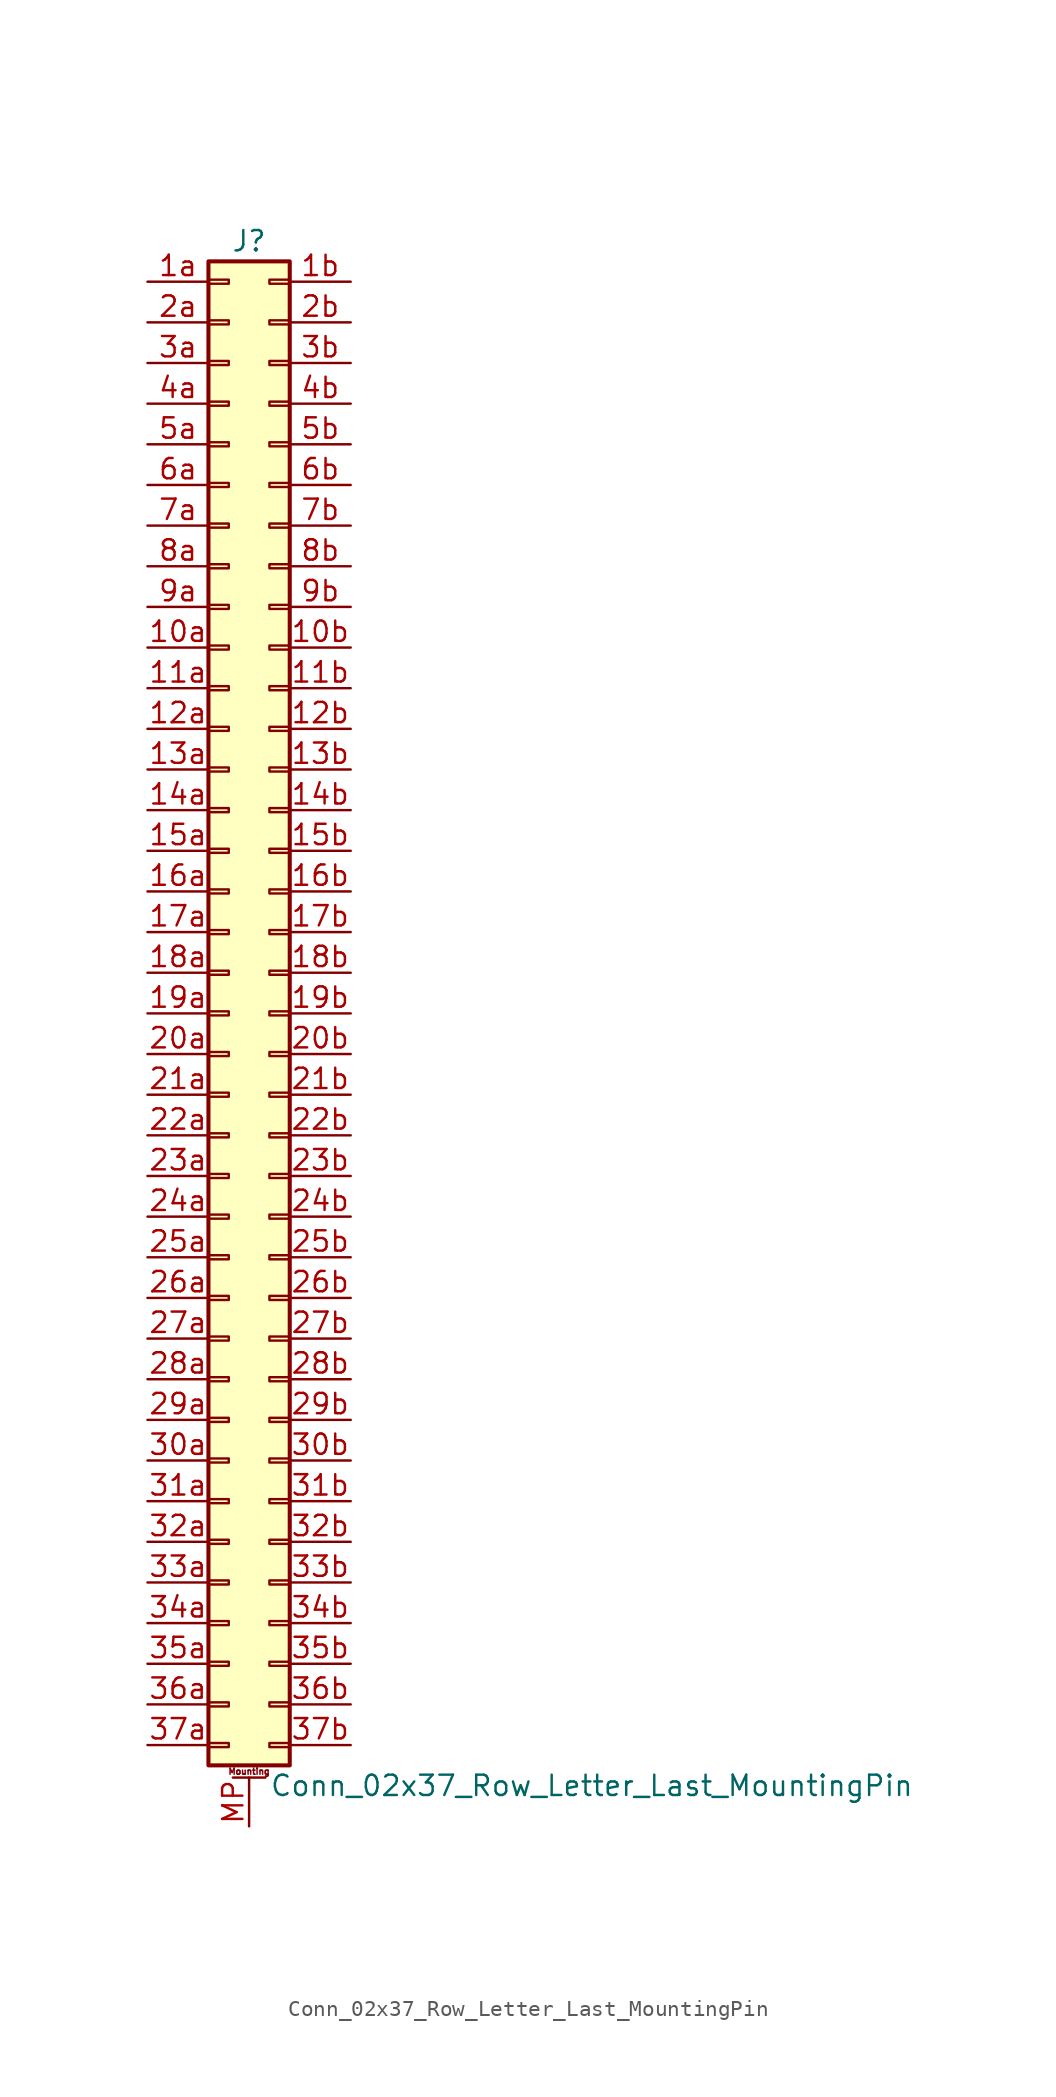
<source format=kicad_sym>
(kicad_symbol_lib
  (version 20201005)
  (generator kicad_symbol_editor)
  (symbol "Connector_Generic_MountingPin:Conn_02x37_Row_Letter_Last_MountingPin"
    (pin_names
      (offset 1.016) hide)
    (property "Reference" "J"
      (at 1.27 48.26 0)
      (effects (font (size 1.27 1.27))))
    (property "Value" "Conn_02x37_Row_Letter_Last_MountingPin"
      (at 2.54 -48.26 0)
      (effects (font (size 1.27 1.27)) (justify left)))
    (symbol "Conn_02x37_Row_Letter_Last_MountingPin_1_1"
      (text "Mounting" (at 1.27 -47.371 0) (effects (font (size 0.381 0.381))))
      (rectangle (start -1.27 -27.813) (end 0 -28.067) (stroke (width 0.152)) (fill (type none)))
      (rectangle (start -1.27 -30.353) (end 0 -30.607) (stroke (width 0.152)) (fill (type none)))
      (rectangle (start -1.27 -32.893) (end 0 -33.147) (stroke (width 0.152)) (fill (type none)))
      (rectangle (start -1.27 -35.433) (end 0 -35.687) (stroke (width 0.152)) (fill (type none)))
      (rectangle (start -1.27 -37.973) (end 0 -38.227) (stroke (width 0.152)) (fill (type none)))
      (rectangle (start -1.27 -40.513) (end 0 -40.767) (stroke (width 0.152)) (fill (type none)))
      (rectangle (start -1.27 -43.053) (end 0 -43.307) (stroke (width 0.152)) (fill (type none)))
      (rectangle (start -1.27 -45.593) (end 0 -45.847) (stroke (width 0.152)) (fill (type none)))
      (rectangle (start -1.27 -4.953) (end 0 -5.207) (stroke (width 0.152)) (fill (type none)))
      (rectangle (start -1.27 -7.493) (end 0 -7.747) (stroke (width 0.152)) (fill (type none)))
      (rectangle (start -1.27 -10.033) (end 0 -10.287) (stroke (width 0.152)) (fill (type none)))
      (rectangle (start -1.27 -12.573) (end 0 -12.827) (stroke (width 0.152)) (fill (type none)))
      (rectangle (start -1.27 -15.113) (end 0 -15.367) (stroke (width 0.152)) (fill (type none)))
      (rectangle (start -1.27 -17.653) (end 0 -17.907) (stroke (width 0.152)) (fill (type none)))
      (rectangle (start -1.27 -20.193) (end 0 -20.447) (stroke (width 0.152)) (fill (type none)))
      (rectangle (start -1.27 -22.733) (end 0 -22.987) (stroke (width 0.152)) (fill (type none)))
      (rectangle (start -1.27 -2.413) (end 0 -2.667) (stroke (width 0.152)) (fill (type none)))
      (rectangle (start -1.27 -25.273) (end 0 -25.527) (stroke (width 0.152)) (fill (type none)))
      (rectangle (start -1.27 25.527) (end 0 25.273) (stroke (width 0.152)) (fill (type none)))
      (rectangle (start -1.27 2.667) (end 0 2.413) (stroke (width 0.152)) (fill (type none)))
      (rectangle (start -1.27 28.067) (end 0 27.813) (stroke (width 0.152)) (fill (type none)))
      (rectangle (start -1.27 30.607) (end 0 30.353) (stroke (width 0.152)) (fill (type none)))
      (rectangle (start -1.27 33.147) (end 0 32.893) (stroke (width 0.152)) (fill (type none)))
      (rectangle (start -1.27 35.687) (end 0 35.433) (stroke (width 0.152)) (fill (type none)))
      (rectangle (start -1.27 38.227) (end 0 37.973) (stroke (width 0.152)) (fill (type none)))
      (rectangle (start -1.27 40.767) (end 0 40.513) (stroke (width 0.152)) (fill (type none)))
      (rectangle (start -1.27 43.307) (end 0 43.053) (stroke (width 0.152)) (fill (type none)))
      (rectangle (start -1.27 45.847) (end 0 45.593) (stroke (width 0.152)) (fill (type none)))
      (rectangle (start -1.27 46.99) (end 3.81 -46.99) (stroke (width 0.254)) (fill (type background)))
      (rectangle (start -1.27 5.207) (end 0 4.953) (stroke (width 0.152)) (fill (type none)))
      (rectangle (start -1.27 7.747) (end 0 7.493) (stroke (width 0.152)) (fill (type none)))
      (rectangle (start -1.27 10.287) (end 0 10.033) (stroke (width 0.152)) (fill (type none)))
      (rectangle (start -1.27 0.127) (end 0 -0.127) (stroke (width 0.152)) (fill (type none)))
      (rectangle (start -1.27 12.827) (end 0 12.573) (stroke (width 0.152)) (fill (type none)))
      (rectangle (start -1.27 15.367) (end 0 15.113) (stroke (width 0.152)) (fill (type none)))
      (rectangle (start -1.27 17.907) (end 0 17.653) (stroke (width 0.152)) (fill (type none)))
      (rectangle (start -1.27 20.447) (end 0 20.193) (stroke (width 0.152)) (fill (type none)))
      (rectangle (start -1.27 22.987) (end 0 22.733) (stroke (width 0.152)) (fill (type none)))
      (rectangle (start 3.81 -27.813) (end 2.54 -28.067) (stroke (width 0.152)) (fill (type none)))
      (rectangle (start 3.81 -30.353) (end 2.54 -30.607) (stroke (width 0.152)) (fill (type none)))
      (rectangle (start 3.81 -32.893) (end 2.54 -33.147) (stroke (width 0.152)) (fill (type none)))
      (rectangle (start 3.81 -35.433) (end 2.54 -35.687) (stroke (width 0.152)) (fill (type none)))
      (rectangle (start 3.81 -37.973) (end 2.54 -38.227) (stroke (width 0.152)) (fill (type none)))
      (rectangle (start 3.81 -40.513) (end 2.54 -40.767) (stroke (width 0.152)) (fill (type none)))
      (rectangle (start 3.81 -43.053) (end 2.54 -43.307) (stroke (width 0.152)) (fill (type none)))
      (rectangle (start 3.81 -45.593) (end 2.54 -45.847) (stroke (width 0.152)) (fill (type none)))
      (rectangle (start 3.81 -4.953) (end 2.54 -5.207) (stroke (width 0.152)) (fill (type none)))
      (rectangle (start 3.81 -7.493) (end 2.54 -7.747) (stroke (width 0.152)) (fill (type none)))
      (rectangle (start 3.81 -10.033) (end 2.54 -10.287) (stroke (width 0.152)) (fill (type none)))
      (rectangle (start 3.81 -12.573) (end 2.54 -12.827) (stroke (width 0.152)) (fill (type none)))
      (rectangle (start 3.81 -15.113) (end 2.54 -15.367) (stroke (width 0.152)) (fill (type none)))
      (rectangle (start 3.81 -17.653) (end 2.54 -17.907) (stroke (width 0.152)) (fill (type none)))
      (rectangle (start 3.81 -20.193) (end 2.54 -20.447) (stroke (width 0.152)) (fill (type none)))
      (rectangle (start 3.81 -22.733) (end 2.54 -22.987) (stroke (width 0.152)) (fill (type none)))
      (rectangle (start 3.81 -2.413) (end 2.54 -2.667) (stroke (width 0.152)) (fill (type none)))
      (rectangle (start 3.81 -25.273) (end 2.54 -25.527) (stroke (width 0.152)) (fill (type none)))
      (rectangle (start 3.81 25.527) (end 2.54 25.273) (stroke (width 0.152)) (fill (type none)))
      (rectangle (start 3.81 2.667) (end 2.54 2.413) (stroke (width 0.152)) (fill (type none)))
      (rectangle (start 3.81 28.067) (end 2.54 27.813) (stroke (width 0.152)) (fill (type none)))
      (rectangle (start 3.81 30.607) (end 2.54 30.353) (stroke (width 0.152)) (fill (type none)))
      (rectangle (start 3.81 33.147) (end 2.54 32.893) (stroke (width 0.152)) (fill (type none)))
      (rectangle (start 3.81 35.687) (end 2.54 35.433) (stroke (width 0.152)) (fill (type none)))
      (rectangle (start 3.81 38.227) (end 2.54 37.973) (stroke (width 0.152)) (fill (type none)))
      (rectangle (start 3.81 40.767) (end 2.54 40.513) (stroke (width 0.152)) (fill (type none)))
      (rectangle (start 3.81 43.307) (end 2.54 43.053) (stroke (width 0.152)) (fill (type none)))
      (rectangle (start 3.81 45.847) (end 2.54 45.593) (stroke (width 0.152)) (fill (type none)))
      (rectangle (start 3.81 5.207) (end 2.54 4.953) (stroke (width 0.152)) (fill (type none)))
      (rectangle (start 3.81 7.747) (end 2.54 7.493) (stroke (width 0.152)) (fill (type none)))
      (rectangle (start 3.81 10.287) (end 2.54 10.033) (stroke (width 0.152)) (fill (type none)))
      (rectangle (start 3.81 0.127) (end 2.54 -0.127) (stroke (width 0.152)) (fill (type none)))
      (rectangle (start 3.81 12.827) (end 2.54 12.573) (stroke (width 0.152)) (fill (type none)))
      (rectangle (start 3.81 15.367) (end 2.54 15.113) (stroke (width 0.152)) (fill (type none)))
      (rectangle (start 3.81 17.907) (end 2.54 17.653) (stroke (width 0.152)) (fill (type none)))
      (rectangle (start 3.81 20.447) (end 2.54 20.193) (stroke (width 0.152)) (fill (type none)))
      (rectangle (start 3.81 22.987) (end 2.54 22.733) (stroke (width 0.152)) (fill (type none)))
      (polyline (pts (xy 0.254 -47.752) (xy 2.286 -47.752)) (stroke (width 0.152)) (fill (type none)))
      (pin passive line (at 1.27 -50.8 90) (length 3.048) (name "MountPin" (effects (font (size 1.27 1.27)))) (number "MP" (effects (font (size 1.27 1.27)))))
      (pin passive line (at -5.08 22.86 0) (length 3.81) (name "Pin_10a" (effects (font (size 1.27 1.27)))) (number "10a" (effects (font (size 1.27 1.27)))))
      (pin passive line (at 7.62 22.86 180) (length 3.81) (name "Pin_10b" (effects (font (size 1.27 1.27)))) (number "10b" (effects (font (size 1.27 1.27)))))
      (pin passive line (at -5.08 20.32 0) (length 3.81) (name "Pin_11a" (effects (font (size 1.27 1.27)))) (number "11a" (effects (font (size 1.27 1.27)))))
      (pin passive line (at 7.62 20.32 180) (length 3.81) (name "Pin_11b" (effects (font (size 1.27 1.27)))) (number "11b" (effects (font (size 1.27 1.27)))))
      (pin passive line (at -5.08 17.78 0) (length 3.81) (name "Pin_12a" (effects (font (size 1.27 1.27)))) (number "12a" (effects (font (size 1.27 1.27)))))
      (pin passive line (at 7.62 17.78 180) (length 3.81) (name "Pin_12b" (effects (font (size 1.27 1.27)))) (number "12b" (effects (font (size 1.27 1.27)))))
      (pin passive line (at -5.08 15.24 0) (length 3.81) (name "Pin_13a" (effects (font (size 1.27 1.27)))) (number "13a" (effects (font (size 1.27 1.27)))))
      (pin passive line (at 7.62 15.24 180) (length 3.81) (name "Pin_13b" (effects (font (size 1.27 1.27)))) (number "13b" (effects (font (size 1.27 1.27)))))
      (pin passive line (at -5.08 12.7 0) (length 3.81) (name "Pin_14a" (effects (font (size 1.27 1.27)))) (number "14a" (effects (font (size 1.27 1.27)))))
      (pin passive line (at 7.62 12.7 180) (length 3.81) (name "Pin_14b" (effects (font (size 1.27 1.27)))) (number "14b" (effects (font (size 1.27 1.27)))))
      (pin passive line (at -5.08 10.16 0) (length 3.81) (name "Pin_15a" (effects (font (size 1.27 1.27)))) (number "15a" (effects (font (size 1.27 1.27)))))
      (pin passive line (at 7.62 10.16 180) (length 3.81) (name "Pin_15b" (effects (font (size 1.27 1.27)))) (number "15b" (effects (font (size 1.27 1.27)))))
      (pin passive line (at -5.08 7.62 0) (length 3.81) (name "Pin_16a" (effects (font (size 1.27 1.27)))) (number "16a" (effects (font (size 1.27 1.27)))))
      (pin passive line (at 7.62 7.62 180) (length 3.81) (name "Pin_16b" (effects (font (size 1.27 1.27)))) (number "16b" (effects (font (size 1.27 1.27)))))
      (pin passive line (at -5.08 5.08 0) (length 3.81) (name "Pin_17a" (effects (font (size 1.27 1.27)))) (number "17a" (effects (font (size 1.27 1.27)))))
      (pin passive line (at 7.62 5.08 180) (length 3.81) (name "Pin_17b" (effects (font (size 1.27 1.27)))) (number "17b" (effects (font (size 1.27 1.27)))))
      (pin passive line (at -5.08 2.54 0) (length 3.81) (name "Pin_18a" (effects (font (size 1.27 1.27)))) (number "18a" (effects (font (size 1.27 1.27)))))
      (pin passive line (at 7.62 2.54 180) (length 3.81) (name "Pin_18b" (effects (font (size 1.27 1.27)))) (number "18b" (effects (font (size 1.27 1.27)))))
      (pin passive line (at -5.08 0 0) (length 3.81) (name "Pin_19a" (effects (font (size 1.27 1.27)))) (number "19a" (effects (font (size 1.27 1.27)))))
      (pin passive line (at 7.62 0 180) (length 3.81) (name "Pin_19b" (effects (font (size 1.27 1.27)))) (number "19b" (effects (font (size 1.27 1.27)))))
      (pin passive line (at -5.08 45.72 0) (length 3.81) (name "Pin_1a" (effects (font (size 1.27 1.27)))) (number "1a" (effects (font (size 1.27 1.27)))))
      (pin passive line (at 7.62 45.72 180) (length 3.81) (name "Pin_1b" (effects (font (size 1.27 1.27)))) (number "1b" (effects (font (size 1.27 1.27)))))
      (pin passive line (at -5.08 -2.54 0) (length 3.81) (name "Pin_20a" (effects (font (size 1.27 1.27)))) (number "20a" (effects (font (size 1.27 1.27)))))
      (pin passive line (at 7.62 -2.54 180) (length 3.81) (name "Pin_20b" (effects (font (size 1.27 1.27)))) (number "20b" (effects (font (size 1.27 1.27)))))
      (pin passive line (at -5.08 -5.08 0) (length 3.81) (name "Pin_21a" (effects (font (size 1.27 1.27)))) (number "21a" (effects (font (size 1.27 1.27)))))
      (pin passive line (at 7.62 -5.08 180) (length 3.81) (name "Pin_21b" (effects (font (size 1.27 1.27)))) (number "21b" (effects (font (size 1.27 1.27)))))
      (pin passive line (at -5.08 -7.62 0) (length 3.81) (name "Pin_22a" (effects (font (size 1.27 1.27)))) (number "22a" (effects (font (size 1.27 1.27)))))
      (pin passive line (at 7.62 -7.62 180) (length 3.81) (name "Pin_22b" (effects (font (size 1.27 1.27)))) (number "22b" (effects (font (size 1.27 1.27)))))
      (pin passive line (at -5.08 -10.16 0) (length 3.81) (name "Pin_23a" (effects (font (size 1.27 1.27)))) (number "23a" (effects (font (size 1.27 1.27)))))
      (pin passive line (at 7.62 -10.16 180) (length 3.81) (name "Pin_23b" (effects (font (size 1.27 1.27)))) (number "23b" (effects (font (size 1.27 1.27)))))
      (pin passive line (at -5.08 -12.7 0) (length 3.81) (name "Pin_24a" (effects (font (size 1.27 1.27)))) (number "24a" (effects (font (size 1.27 1.27)))))
      (pin passive line (at 7.62 -12.7 180) (length 3.81) (name "Pin_24b" (effects (font (size 1.27 1.27)))) (number "24b" (effects (font (size 1.27 1.27)))))
      (pin passive line (at -5.08 -15.24 0) (length 3.81) (name "Pin_25a" (effects (font (size 1.27 1.27)))) (number "25a" (effects (font (size 1.27 1.27)))))
      (pin passive line (at 7.62 -15.24 180) (length 3.81) (name "Pin_25b" (effects (font (size 1.27 1.27)))) (number "25b" (effects (font (size 1.27 1.27)))))
      (pin passive line (at -5.08 -17.78 0) (length 3.81) (name "Pin_26a" (effects (font (size 1.27 1.27)))) (number "26a" (effects (font (size 1.27 1.27)))))
      (pin passive line (at 7.62 -17.78 180) (length 3.81) (name "Pin_26b" (effects (font (size 1.27 1.27)))) (number "26b" (effects (font (size 1.27 1.27)))))
      (pin passive line (at -5.08 -20.32 0) (length 3.81) (name "Pin_27a" (effects (font (size 1.27 1.27)))) (number "27a" (effects (font (size 1.27 1.27)))))
      (pin passive line (at 7.62 -20.32 180) (length 3.81) (name "Pin_27b" (effects (font (size 1.27 1.27)))) (number "27b" (effects (font (size 1.27 1.27)))))
      (pin passive line (at -5.08 -22.86 0) (length 3.81) (name "Pin_28a" (effects (font (size 1.27 1.27)))) (number "28a" (effects (font (size 1.27 1.27)))))
      (pin passive line (at 7.62 -22.86 180) (length 3.81) (name "Pin_28b" (effects (font (size 1.27 1.27)))) (number "28b" (effects (font (size 1.27 1.27)))))
      (pin passive line (at -5.08 -25.4 0) (length 3.81) (name "Pin_29a" (effects (font (size 1.27 1.27)))) (number "29a" (effects (font (size 1.27 1.27)))))
      (pin passive line (at 7.62 -25.4 180) (length 3.81) (name "Pin_29b" (effects (font (size 1.27 1.27)))) (number "29b" (effects (font (size 1.27 1.27)))))
      (pin passive line (at -5.08 43.18 0) (length 3.81) (name "Pin_2a" (effects (font (size 1.27 1.27)))) (number "2a" (effects (font (size 1.27 1.27)))))
      (pin passive line (at 7.62 43.18 180) (length 3.81) (name "Pin_2b" (effects (font (size 1.27 1.27)))) (number "2b" (effects (font (size 1.27 1.27)))))
      (pin passive line (at -5.08 -27.94 0) (length 3.81) (name "Pin_30a" (effects (font (size 1.27 1.27)))) (number "30a" (effects (font (size 1.27 1.27)))))
      (pin passive line (at 7.62 -27.94 180) (length 3.81) (name "Pin_30b" (effects (font (size 1.27 1.27)))) (number "30b" (effects (font (size 1.27 1.27)))))
      (pin passive line (at -5.08 -30.48 0) (length 3.81) (name "Pin_31a" (effects (font (size 1.27 1.27)))) (number "31a" (effects (font (size 1.27 1.27)))))
      (pin passive line (at 7.62 -30.48 180) (length 3.81) (name "Pin_31b" (effects (font (size 1.27 1.27)))) (number "31b" (effects (font (size 1.27 1.27)))))
      (pin passive line (at -5.08 -33.02 0) (length 3.81) (name "Pin_32a" (effects (font (size 1.27 1.27)))) (number "32a" (effects (font (size 1.27 1.27)))))
      (pin passive line (at 7.62 -33.02 180) (length 3.81) (name "Pin_32b" (effects (font (size 1.27 1.27)))) (number "32b" (effects (font (size 1.27 1.27)))))
      (pin passive line (at -5.08 -35.56 0) (length 3.81) (name "Pin_33a" (effects (font (size 1.27 1.27)))) (number "33a" (effects (font (size 1.27 1.27)))))
      (pin passive line (at 7.62 -35.56 180) (length 3.81) (name "Pin_33b" (effects (font (size 1.27 1.27)))) (number "33b" (effects (font (size 1.27 1.27)))))
      (pin passive line (at -5.08 -38.1 0) (length 3.81) (name "Pin_34a" (effects (font (size 1.27 1.27)))) (number "34a" (effects (font (size 1.27 1.27)))))
      (pin passive line (at 7.62 -38.1 180) (length 3.81) (name "Pin_34b" (effects (font (size 1.27 1.27)))) (number "34b" (effects (font (size 1.27 1.27)))))
      (pin passive line (at -5.08 -40.64 0) (length 3.81) (name "Pin_35a" (effects (font (size 1.27 1.27)))) (number "35a" (effects (font (size 1.27 1.27)))))
      (pin passive line (at 7.62 -40.64 180) (length 3.81) (name "Pin_35b" (effects (font (size 1.27 1.27)))) (number "35b" (effects (font (size 1.27 1.27)))))
      (pin passive line (at -5.08 -43.18 0) (length 3.81) (name "Pin_36a" (effects (font (size 1.27 1.27)))) (number "36a" (effects (font (size 1.27 1.27)))))
      (pin passive line (at 7.62 -43.18 180) (length 3.81) (name "Pin_36b" (effects (font (size 1.27 1.27)))) (number "36b" (effects (font (size 1.27 1.27)))))
      (pin passive line (at -5.08 -45.72 0) (length 3.81) (name "Pin_37a" (effects (font (size 1.27 1.27)))) (number "37a" (effects (font (size 1.27 1.27)))))
      (pin passive line (at 7.62 -45.72 180) (length 3.81) (name "Pin_37b" (effects (font (size 1.27 1.27)))) (number "37b" (effects (font (size 1.27 1.27)))))
      (pin passive line (at -5.08 40.64 0) (length 3.81) (name "Pin_3a" (effects (font (size 1.27 1.27)))) (number "3a" (effects (font (size 1.27 1.27)))))
      (pin passive line (at 7.62 40.64 180) (length 3.81) (name "Pin_3b" (effects (font (size 1.27 1.27)))) (number "3b" (effects (font (size 1.27 1.27)))))
      (pin passive line (at -5.08 38.1 0) (length 3.81) (name "Pin_4a" (effects (font (size 1.27 1.27)))) (number "4a" (effects (font (size 1.27 1.27)))))
      (pin passive line (at 7.62 38.1 180) (length 3.81) (name "Pin_4b" (effects (font (size 1.27 1.27)))) (number "4b" (effects (font (size 1.27 1.27)))))
      (pin passive line (at -5.08 35.56 0) (length 3.81) (name "Pin_5a" (effects (font (size 1.27 1.27)))) (number "5a" (effects (font (size 1.27 1.27)))))
      (pin passive line (at 7.62 35.56 180) (length 3.81) (name "Pin_5b" (effects (font (size 1.27 1.27)))) (number "5b" (effects (font (size 1.27 1.27)))))
      (pin passive line (at -5.08 33.02 0) (length 3.81) (name "Pin_6a" (effects (font (size 1.27 1.27)))) (number "6a" (effects (font (size 1.27 1.27)))))
      (pin passive line (at 7.62 33.02 180) (length 3.81) (name "Pin_6b" (effects (font (size 1.27 1.27)))) (number "6b" (effects (font (size 1.27 1.27)))))
      (pin passive line (at -5.08 30.48 0) (length 3.81) (name "Pin_7a" (effects (font (size 1.27 1.27)))) (number "7a" (effects (font (size 1.27 1.27)))))
      (pin passive line (at 7.62 30.48 180) (length 3.81) (name "Pin_7b" (effects (font (size 1.27 1.27)))) (number "7b" (effects (font (size 1.27 1.27)))))
      (pin passive line (at -5.08 27.94 0) (length 3.81) (name "Pin_8a" (effects (font (size 1.27 1.27)))) (number "8a" (effects (font (size 1.27 1.27)))))
      (pin passive line (at 7.62 27.94 180) (length 3.81) (name "Pin_8b" (effects (font (size 1.27 1.27)))) (number "8b" (effects (font (size 1.27 1.27)))))
      (pin passive line (at -5.08 25.4 0) (length 3.81) (name "Pin_9a" (effects (font (size 1.27 1.27)))) (number "9a" (effects (font (size 1.27 1.27)))))
      (pin passive line (at 7.62 25.4 180) (length 3.81) (name "Pin_9b" (effects (font (size 1.27 1.27)))) (number "9b" (effects (font (size 1.27 1.27))))))))
</source>
